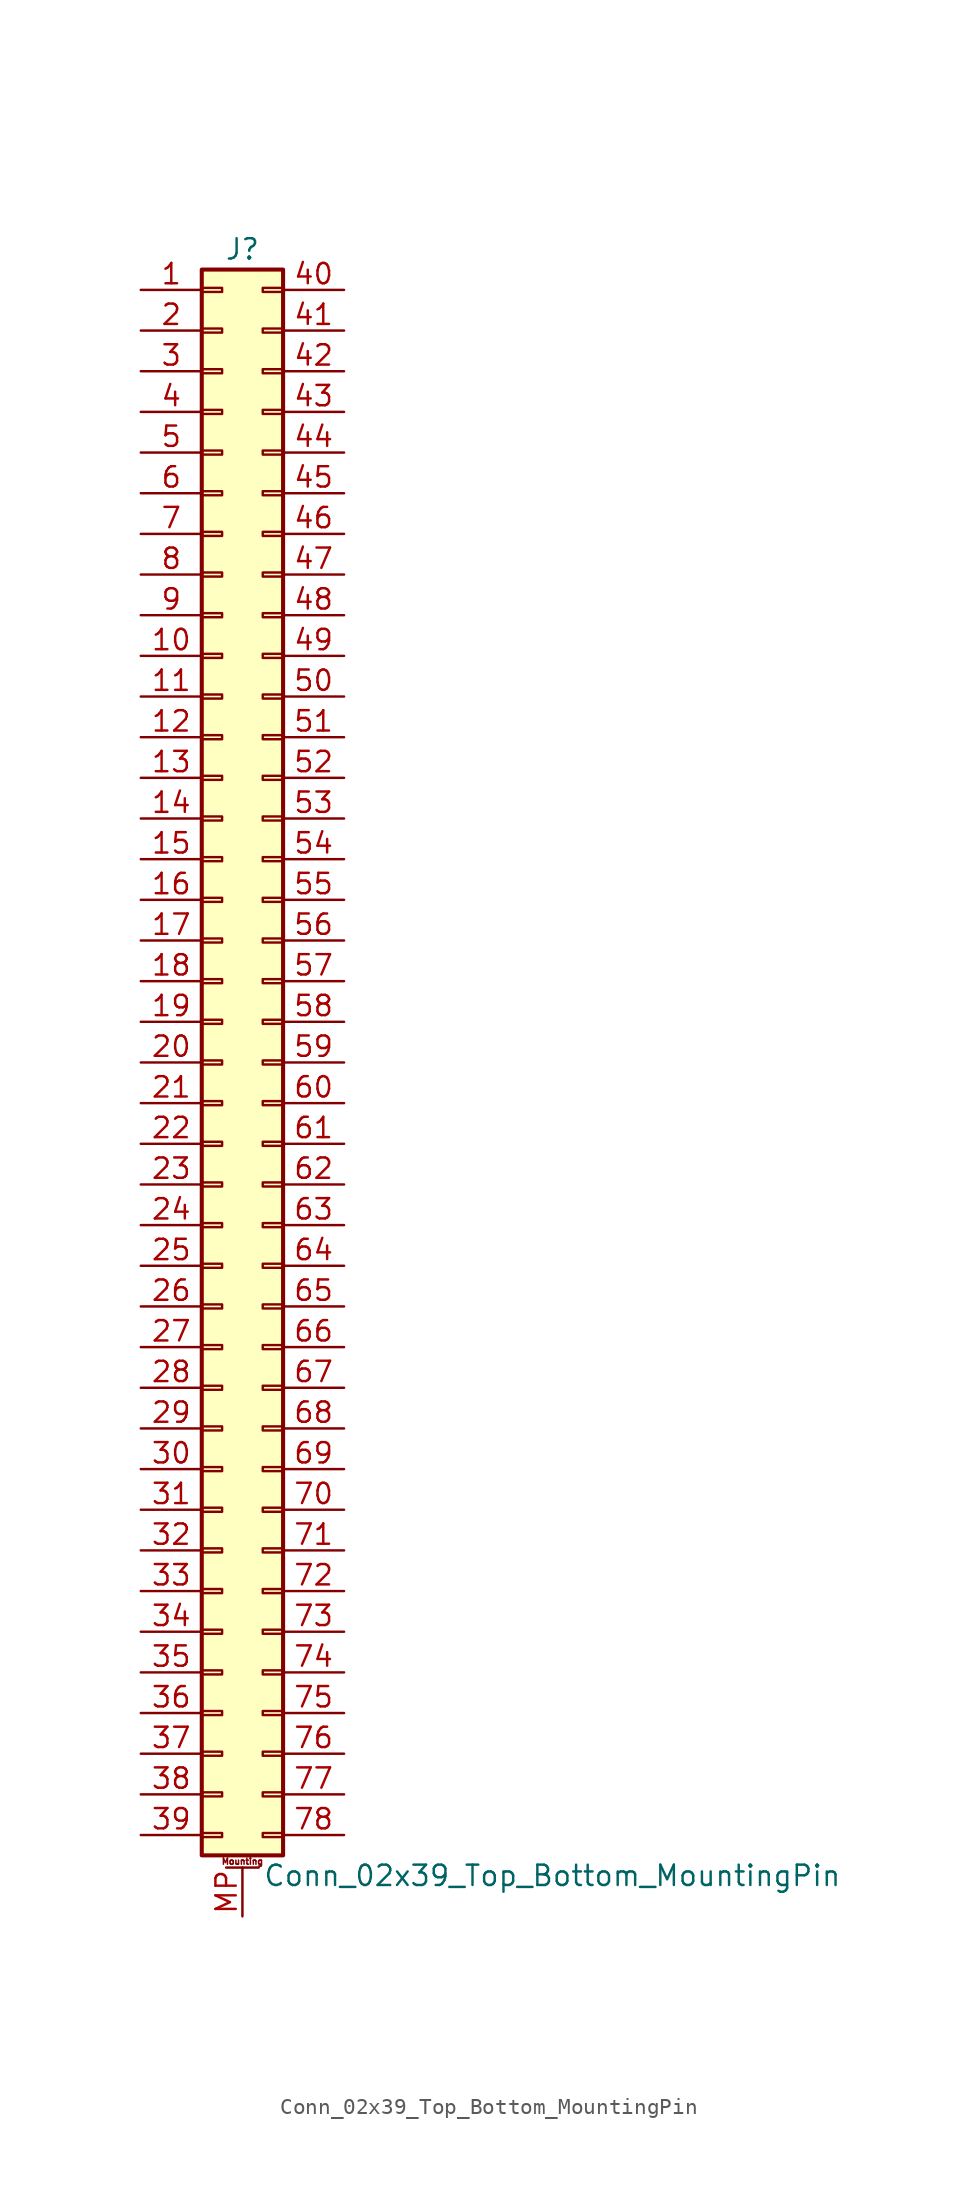
<source format=kicad_sym>
(kicad_symbol_lib
  (version 20201005)
  (generator kicad_symbol_editor)
  (symbol "Conn_02x39_Top_Bottom_MountingPin"
    (pin_names
      (offset 1.016) hide)
    (property "Reference" "J"
      (at 1.27 50.8 0)
      (effects (font (size 1.27 1.27))))
    (property "Value" "Conn_02x39_Top_Bottom_MountingPin"
      (at 2.54 -50.8 0)
      (effects (font (size 1.27 1.27)) (justify left)))
    (symbol "Conn_02x39_Top_Bottom_MountingPin_1_1"
      (text "Mounting" (at 1.27 -49.911 0) (effects (font (size 0.381 0.381))))
      (rectangle (start -1.27 -48.133) (end 0 -48.387) (stroke (width 0.152)) (fill (type none)))
      (rectangle (start -1.27 -45.593) (end 0 -45.847) (stroke (width 0.152)) (fill (type none)))
      (rectangle (start -1.27 -43.053) (end 0 -43.307) (stroke (width 0.152)) (fill (type none)))
      (rectangle (start -1.27 -40.513) (end 0 -40.767) (stroke (width 0.152)) (fill (type none)))
      (rectangle (start -1.27 -37.973) (end 0 -38.227) (stroke (width 0.152)) (fill (type none)))
      (rectangle (start -1.27 -35.433) (end 0 -35.687) (stroke (width 0.152)) (fill (type none)))
      (rectangle (start -1.27 -32.893) (end 0 -33.147) (stroke (width 0.152)) (fill (type none)))
      (rectangle (start -1.27 -30.353) (end 0 -30.607) (stroke (width 0.152)) (fill (type none)))
      (rectangle (start -1.27 -27.813) (end 0 -28.067) (stroke (width 0.152)) (fill (type none)))
      (rectangle (start -1.27 -25.273) (end 0 -25.527) (stroke (width 0.152)) (fill (type none)))
      (rectangle (start -1.27 -22.733) (end 0 -22.987) (stroke (width 0.152)) (fill (type none)))
      (rectangle (start -1.27 -20.193) (end 0 -20.447) (stroke (width 0.152)) (fill (type none)))
      (rectangle (start -1.27 -17.653) (end 0 -17.907) (stroke (width 0.152)) (fill (type none)))
      (rectangle (start -1.27 -15.113) (end 0 -15.367) (stroke (width 0.152)) (fill (type none)))
      (rectangle (start -1.27 -12.573) (end 0 -12.827) (stroke (width 0.152)) (fill (type none)))
      (rectangle (start -1.27 -10.033) (end 0 -10.287) (stroke (width 0.152)) (fill (type none)))
      (rectangle (start -1.27 -7.493) (end 0 -7.747) (stroke (width 0.152)) (fill (type none)))
      (rectangle (start -1.27 -4.953) (end 0 -5.207) (stroke (width 0.152)) (fill (type none)))
      (rectangle (start -1.27 -2.413) (end 0 -2.667) (stroke (width 0.152)) (fill (type none)))
      (rectangle (start -1.27 0.127) (end 0 -0.127) (stroke (width 0.152)) (fill (type none)))
      (rectangle (start -1.27 2.667) (end 0 2.413) (stroke (width 0.152)) (fill (type none)))
      (rectangle (start -1.27 5.207) (end 0 4.953) (stroke (width 0.152)) (fill (type none)))
      (rectangle (start -1.27 7.747) (end 0 7.493) (stroke (width 0.152)) (fill (type none)))
      (rectangle (start -1.27 10.287) (end 0 10.033) (stroke (width 0.152)) (fill (type none)))
      (rectangle (start -1.27 12.827) (end 0 12.573) (stroke (width 0.152)) (fill (type none)))
      (rectangle (start -1.27 15.367) (end 0 15.113) (stroke (width 0.152)) (fill (type none)))
      (rectangle (start -1.27 17.907) (end 0 17.653) (stroke (width 0.152)) (fill (type none)))
      (rectangle (start -1.27 20.447) (end 0 20.193) (stroke (width 0.152)) (fill (type none)))
      (rectangle (start -1.27 22.987) (end 0 22.733) (stroke (width 0.152)) (fill (type none)))
      (rectangle (start -1.27 25.527) (end 0 25.273) (stroke (width 0.152)) (fill (type none)))
      (rectangle (start -1.27 28.067) (end 0 27.813) (stroke (width 0.152)) (fill (type none)))
      (rectangle (start -1.27 30.607) (end 0 30.353) (stroke (width 0.152)) (fill (type none)))
      (rectangle (start -1.27 33.147) (end 0 32.893) (stroke (width 0.152)) (fill (type none)))
      (rectangle (start -1.27 35.687) (end 0 35.433) (stroke (width 0.152)) (fill (type none)))
      (rectangle (start -1.27 38.227) (end 0 37.973) (stroke (width 0.152)) (fill (type none)))
      (rectangle (start -1.27 40.767) (end 0 40.513) (stroke (width 0.152)) (fill (type none)))
      (rectangle (start -1.27 43.307) (end 0 43.053) (stroke (width 0.152)) (fill (type none)))
      (rectangle (start -1.27 45.847) (end 0 45.593) (stroke (width 0.152)) (fill (type none)))
      (rectangle (start -1.27 48.387) (end 0 48.133) (stroke (width 0.152)) (fill (type none)))
      (rectangle (start -1.27 49.53) (end 3.81 -49.53) (stroke (width 0.254)) (fill (type background)))
      (rectangle (start 3.81 -48.133) (end 2.54 -48.387) (stroke (width 0.152)) (fill (type none)))
      (rectangle (start 3.81 -45.593) (end 2.54 -45.847) (stroke (width 0.152)) (fill (type none)))
      (rectangle (start 3.81 -43.053) (end 2.54 -43.307) (stroke (width 0.152)) (fill (type none)))
      (rectangle (start 3.81 -40.513) (end 2.54 -40.767) (stroke (width 0.152)) (fill (type none)))
      (rectangle (start 3.81 -37.973) (end 2.54 -38.227) (stroke (width 0.152)) (fill (type none)))
      (rectangle (start 3.81 -35.433) (end 2.54 -35.687) (stroke (width 0.152)) (fill (type none)))
      (rectangle (start 3.81 -32.893) (end 2.54 -33.147) (stroke (width 0.152)) (fill (type none)))
      (rectangle (start 3.81 -30.353) (end 2.54 -30.607) (stroke (width 0.152)) (fill (type none)))
      (rectangle (start 3.81 -27.813) (end 2.54 -28.067) (stroke (width 0.152)) (fill (type none)))
      (rectangle (start 3.81 -25.273) (end 2.54 -25.527) (stroke (width 0.152)) (fill (type none)))
      (rectangle (start 3.81 -22.733) (end 2.54 -22.987) (stroke (width 0.152)) (fill (type none)))
      (rectangle (start 3.81 -20.193) (end 2.54 -20.447) (stroke (width 0.152)) (fill (type none)))
      (rectangle (start 3.81 -17.653) (end 2.54 -17.907) (stroke (width 0.152)) (fill (type none)))
      (rectangle (start 3.81 -15.113) (end 2.54 -15.367) (stroke (width 0.152)) (fill (type none)))
      (rectangle (start 3.81 -12.573) (end 2.54 -12.827) (stroke (width 0.152)) (fill (type none)))
      (rectangle (start 3.81 -10.033) (end 2.54 -10.287) (stroke (width 0.152)) (fill (type none)))
      (rectangle (start 3.81 -7.493) (end 2.54 -7.747) (stroke (width 0.152)) (fill (type none)))
      (rectangle (start 3.81 -4.953) (end 2.54 -5.207) (stroke (width 0.152)) (fill (type none)))
      (rectangle (start 3.81 -2.413) (end 2.54 -2.667) (stroke (width 0.152)) (fill (type none)))
      (rectangle (start 3.81 0.127) (end 2.54 -0.127) (stroke (width 0.152)) (fill (type none)))
      (rectangle (start 3.81 2.667) (end 2.54 2.413) (stroke (width 0.152)) (fill (type none)))
      (rectangle (start 3.81 5.207) (end 2.54 4.953) (stroke (width 0.152)) (fill (type none)))
      (rectangle (start 3.81 7.747) (end 2.54 7.493) (stroke (width 0.152)) (fill (type none)))
      (rectangle (start 3.81 10.287) (end 2.54 10.033) (stroke (width 0.152)) (fill (type none)))
      (rectangle (start 3.81 12.827) (end 2.54 12.573) (stroke (width 0.152)) (fill (type none)))
      (rectangle (start 3.81 15.367) (end 2.54 15.113) (stroke (width 0.152)) (fill (type none)))
      (rectangle (start 3.81 17.907) (end 2.54 17.653) (stroke (width 0.152)) (fill (type none)))
      (rectangle (start 3.81 20.447) (end 2.54 20.193) (stroke (width 0.152)) (fill (type none)))
      (rectangle (start 3.81 22.987) (end 2.54 22.733) (stroke (width 0.152)) (fill (type none)))
      (rectangle (start 3.81 25.527) (end 2.54 25.273) (stroke (width 0.152)) (fill (type none)))
      (rectangle (start 3.81 28.067) (end 2.54 27.813) (stroke (width 0.152)) (fill (type none)))
      (rectangle (start 3.81 30.607) (end 2.54 30.353) (stroke (width 0.152)) (fill (type none)))
      (rectangle (start 3.81 33.147) (end 2.54 32.893) (stroke (width 0.152)) (fill (type none)))
      (rectangle (start 3.81 35.687) (end 2.54 35.433) (stroke (width 0.152)) (fill (type none)))
      (rectangle (start 3.81 38.227) (end 2.54 37.973) (stroke (width 0.152)) (fill (type none)))
      (rectangle (start 3.81 40.767) (end 2.54 40.513) (stroke (width 0.152)) (fill (type none)))
      (rectangle (start 3.81 43.307) (end 2.54 43.053) (stroke (width 0.152)) (fill (type none)))
      (rectangle (start 3.81 45.847) (end 2.54 45.593) (stroke (width 0.152)) (fill (type none)))
      (rectangle (start 3.81 48.387) (end 2.54 48.133) (stroke (width 0.152)) (fill (type none)))
      (polyline (pts (xy 0.254 -50.292) (xy 2.286 -50.292)) (stroke (width 0.152)) (fill (type none)))
      (pin passive line (at -5.08 48.26 0) (length 3.81) (name "Pin_1" (effects (font (size 1.27 1.27)))) (number "1" (effects (font (size 1.27 1.27)))))
      (pin passive line (at -5.08 25.4 0) (length 3.81) (name "Pin_10" (effects (font (size 1.27 1.27)))) (number "10" (effects (font (size 1.27 1.27)))))
      (pin passive line (at -5.08 22.86 0) (length 3.81) (name "Pin_11" (effects (font (size 1.27 1.27)))) (number "11" (effects (font (size 1.27 1.27)))))
      (pin passive line (at -5.08 20.32 0) (length 3.81) (name "Pin_12" (effects (font (size 1.27 1.27)))) (number "12" (effects (font (size 1.27 1.27)))))
      (pin passive line (at -5.08 17.78 0) (length 3.81) (name "Pin_13" (effects (font (size 1.27 1.27)))) (number "13" (effects (font (size 1.27 1.27)))))
      (pin passive line (at -5.08 15.24 0) (length 3.81) (name "Pin_14" (effects (font (size 1.27 1.27)))) (number "14" (effects (font (size 1.27 1.27)))))
      (pin passive line (at -5.08 12.7 0) (length 3.81) (name "Pin_15" (effects (font (size 1.27 1.27)))) (number "15" (effects (font (size 1.27 1.27)))))
      (pin passive line (at -5.08 10.16 0) (length 3.81) (name "Pin_16" (effects (font (size 1.27 1.27)))) (number "16" (effects (font (size 1.27 1.27)))))
      (pin passive line (at -5.08 7.62 0) (length 3.81) (name "Pin_17" (effects (font (size 1.27 1.27)))) (number "17" (effects (font (size 1.27 1.27)))))
      (pin passive line (at -5.08 5.08 0) (length 3.81) (name "Pin_18" (effects (font (size 1.27 1.27)))) (number "18" (effects (font (size 1.27 1.27)))))
      (pin passive line (at -5.08 2.54 0) (length 3.81) (name "Pin_19" (effects (font (size 1.27 1.27)))) (number "19" (effects (font (size 1.27 1.27)))))
      (pin passive line (at -5.08 45.72 0) (length 3.81) (name "Pin_2" (effects (font (size 1.27 1.27)))) (number "2" (effects (font (size 1.27 1.27)))))
      (pin passive line (at -5.08 0 0) (length 3.81) (name "Pin_20" (effects (font (size 1.27 1.27)))) (number "20" (effects (font (size 1.27 1.27)))))
      (pin passive line (at -5.08 -2.54 0) (length 3.81) (name "Pin_21" (effects (font (size 1.27 1.27)))) (number "21" (effects (font (size 1.27 1.27)))))
      (pin passive line (at -5.08 -5.08 0) (length 3.81) (name "Pin_22" (effects (font (size 1.27 1.27)))) (number "22" (effects (font (size 1.27 1.27)))))
      (pin passive line (at -5.08 -7.62 0) (length 3.81) (name "Pin_23" (effects (font (size 1.27 1.27)))) (number "23" (effects (font (size 1.27 1.27)))))
      (pin passive line (at -5.08 -10.16 0) (length 3.81) (name "Pin_24" (effects (font (size 1.27 1.27)))) (number "24" (effects (font (size 1.27 1.27)))))
      (pin passive line (at -5.08 -12.7 0) (length 3.81) (name "Pin_25" (effects (font (size 1.27 1.27)))) (number "25" (effects (font (size 1.27 1.27)))))
      (pin passive line (at -5.08 -15.24 0) (length 3.81) (name "Pin_26" (effects (font (size 1.27 1.27)))) (number "26" (effects (font (size 1.27 1.27)))))
      (pin passive line (at -5.08 -17.78 0) (length 3.81) (name "Pin_27" (effects (font (size 1.27 1.27)))) (number "27" (effects (font (size 1.27 1.27)))))
      (pin passive line (at -5.08 -20.32 0) (length 3.81) (name "Pin_28" (effects (font (size 1.27 1.27)))) (number "28" (effects (font (size 1.27 1.27)))))
      (pin passive line (at -5.08 -22.86 0) (length 3.81) (name "Pin_29" (effects (font (size 1.27 1.27)))) (number "29" (effects (font (size 1.27 1.27)))))
      (pin passive line (at -5.08 43.18 0) (length 3.81) (name "Pin_3" (effects (font (size 1.27 1.27)))) (number "3" (effects (font (size 1.27 1.27)))))
      (pin passive line (at -5.08 -25.4 0) (length 3.81) (name "Pin_30" (effects (font (size 1.27 1.27)))) (number "30" (effects (font (size 1.27 1.27)))))
      (pin passive line (at -5.08 -27.94 0) (length 3.81) (name "Pin_31" (effects (font (size 1.27 1.27)))) (number "31" (effects (font (size 1.27 1.27)))))
      (pin passive line (at -5.08 -30.48 0) (length 3.81) (name "Pin_32" (effects (font (size 1.27 1.27)))) (number "32" (effects (font (size 1.27 1.27)))))
      (pin passive line (at -5.08 -33.02 0) (length 3.81) (name "Pin_33" (effects (font (size 1.27 1.27)))) (number "33" (effects (font (size 1.27 1.27)))))
      (pin passive line (at -5.08 -35.56 0) (length 3.81) (name "Pin_34" (effects (font (size 1.27 1.27)))) (number "34" (effects (font (size 1.27 1.27)))))
      (pin passive line (at -5.08 -38.1 0) (length 3.81) (name "Pin_35" (effects (font (size 1.27 1.27)))) (number "35" (effects (font (size 1.27 1.27)))))
      (pin passive line (at -5.08 -40.64 0) (length 3.81) (name "Pin_36" (effects (font (size 1.27 1.27)))) (number "36" (effects (font (size 1.27 1.27)))))
      (pin passive line (at -5.08 -43.18 0) (length 3.81) (name "Pin_37" (effects (font (size 1.27 1.27)))) (number "37" (effects (font (size 1.27 1.27)))))
      (pin passive line (at -5.08 -45.72 0) (length 3.81) (name "Pin_38" (effects (font (size 1.27 1.27)))) (number "38" (effects (font (size 1.27 1.27)))))
      (pin passive line (at -5.08 -48.26 0) (length 3.81) (name "Pin_39" (effects (font (size 1.27 1.27)))) (number "39" (effects (font (size 1.27 1.27)))))
      (pin passive line (at -5.08 40.64 0) (length 3.81) (name "Pin_4" (effects (font (size 1.27 1.27)))) (number "4" (effects (font (size 1.27 1.27)))))
      (pin passive line (at 7.62 48.26 180) (length 3.81) (name "Pin_40" (effects (font (size 1.27 1.27)))) (number "40" (effects (font (size 1.27 1.27)))))
      (pin passive line (at 7.62 45.72 180) (length 3.81) (name "Pin_41" (effects (font (size 1.27 1.27)))) (number "41" (effects (font (size 1.27 1.27)))))
      (pin passive line (at 7.62 43.18 180) (length 3.81) (name "Pin_42" (effects (font (size 1.27 1.27)))) (number "42" (effects (font (size 1.27 1.27)))))
      (pin passive line (at 7.62 40.64 180) (length 3.81) (name "Pin_43" (effects (font (size 1.27 1.27)))) (number "43" (effects (font (size 1.27 1.27)))))
      (pin passive line (at 7.62 38.1 180) (length 3.81) (name "Pin_44" (effects (font (size 1.27 1.27)))) (number "44" (effects (font (size 1.27 1.27)))))
      (pin passive line (at 7.62 35.56 180) (length 3.81) (name "Pin_45" (effects (font (size 1.27 1.27)))) (number "45" (effects (font (size 1.27 1.27)))))
      (pin passive line (at 7.62 33.02 180) (length 3.81) (name "Pin_46" (effects (font (size 1.27 1.27)))) (number "46" (effects (font (size 1.27 1.27)))))
      (pin passive line (at 7.62 30.48 180) (length 3.81) (name "Pin_47" (effects (font (size 1.27 1.27)))) (number "47" (effects (font (size 1.27 1.27)))))
      (pin passive line (at 7.62 27.94 180) (length 3.81) (name "Pin_48" (effects (font (size 1.27 1.27)))) (number "48" (effects (font (size 1.27 1.27)))))
      (pin passive line (at 7.62 25.4 180) (length 3.81) (name "Pin_49" (effects (font (size 1.27 1.27)))) (number "49" (effects (font (size 1.27 1.27)))))
      (pin passive line (at -5.08 38.1 0) (length 3.81) (name "Pin_5" (effects (font (size 1.27 1.27)))) (number "5" (effects (font (size 1.27 1.27)))))
      (pin passive line (at 7.62 22.86 180) (length 3.81) (name "Pin_50" (effects (font (size 1.27 1.27)))) (number "50" (effects (font (size 1.27 1.27)))))
      (pin passive line (at 7.62 20.32 180) (length 3.81) (name "Pin_51" (effects (font (size 1.27 1.27)))) (number "51" (effects (font (size 1.27 1.27)))))
      (pin passive line (at 7.62 17.78 180) (length 3.81) (name "Pin_52" (effects (font (size 1.27 1.27)))) (number "52" (effects (font (size 1.27 1.27)))))
      (pin passive line (at 7.62 15.24 180) (length 3.81) (name "Pin_53" (effects (font (size 1.27 1.27)))) (number "53" (effects (font (size 1.27 1.27)))))
      (pin passive line (at 7.62 12.7 180) (length 3.81) (name "Pin_54" (effects (font (size 1.27 1.27)))) (number "54" (effects (font (size 1.27 1.27)))))
      (pin passive line (at 7.62 10.16 180) (length 3.81) (name "Pin_55" (effects (font (size 1.27 1.27)))) (number "55" (effects (font (size 1.27 1.27)))))
      (pin passive line (at 7.62 7.62 180) (length 3.81) (name "Pin_56" (effects (font (size 1.27 1.27)))) (number "56" (effects (font (size 1.27 1.27)))))
      (pin passive line (at 7.62 5.08 180) (length 3.81) (name "Pin_57" (effects (font (size 1.27 1.27)))) (number "57" (effects (font (size 1.27 1.27)))))
      (pin passive line (at 7.62 2.54 180) (length 3.81) (name "Pin_58" (effects (font (size 1.27 1.27)))) (number "58" (effects (font (size 1.27 1.27)))))
      (pin passive line (at 7.62 0 180) (length 3.81) (name "Pin_59" (effects (font (size 1.27 1.27)))) (number "59" (effects (font (size 1.27 1.27)))))
      (pin passive line (at -5.08 35.56 0) (length 3.81) (name "Pin_6" (effects (font (size 1.27 1.27)))) (number "6" (effects (font (size 1.27 1.27)))))
      (pin passive line (at 7.62 -2.54 180) (length 3.81) (name "Pin_60" (effects (font (size 1.27 1.27)))) (number "60" (effects (font (size 1.27 1.27)))))
      (pin passive line (at 7.62 -5.08 180) (length 3.81) (name "Pin_61" (effects (font (size 1.27 1.27)))) (number "61" (effects (font (size 1.27 1.27)))))
      (pin passive line (at 7.62 -7.62 180) (length 3.81) (name "Pin_62" (effects (font (size 1.27 1.27)))) (number "62" (effects (font (size 1.27 1.27)))))
      (pin passive line (at 7.62 -10.16 180) (length 3.81) (name "Pin_63" (effects (font (size 1.27 1.27)))) (number "63" (effects (font (size 1.27 1.27)))))
      (pin passive line (at 7.62 -12.7 180) (length 3.81) (name "Pin_64" (effects (font (size 1.27 1.27)))) (number "64" (effects (font (size 1.27 1.27)))))
      (pin passive line (at 7.62 -15.24 180) (length 3.81) (name "Pin_65" (effects (font (size 1.27 1.27)))) (number "65" (effects (font (size 1.27 1.27)))))
      (pin passive line (at 7.62 -17.78 180) (length 3.81) (name "Pin_66" (effects (font (size 1.27 1.27)))) (number "66" (effects (font (size 1.27 1.27)))))
      (pin passive line (at 7.62 -20.32 180) (length 3.81) (name "Pin_67" (effects (font (size 1.27 1.27)))) (number "67" (effects (font (size 1.27 1.27)))))
      (pin passive line (at 7.62 -22.86 180) (length 3.81) (name "Pin_68" (effects (font (size 1.27 1.27)))) (number "68" (effects (font (size 1.27 1.27)))))
      (pin passive line (at 7.62 -25.4 180) (length 3.81) (name "Pin_69" (effects (font (size 1.27 1.27)))) (number "69" (effects (font (size 1.27 1.27)))))
      (pin passive line (at -5.08 33.02 0) (length 3.81) (name "Pin_7" (effects (font (size 1.27 1.27)))) (number "7" (effects (font (size 1.27 1.27)))))
      (pin passive line (at 7.62 -27.94 180) (length 3.81) (name "Pin_70" (effects (font (size 1.27 1.27)))) (number "70" (effects (font (size 1.27 1.27)))))
      (pin passive line (at 7.62 -30.48 180) (length 3.81) (name "Pin_71" (effects (font (size 1.27 1.27)))) (number "71" (effects (font (size 1.27 1.27)))))
      (pin passive line (at 7.62 -33.02 180) (length 3.81) (name "Pin_72" (effects (font (size 1.27 1.27)))) (number "72" (effects (font (size 1.27 1.27)))))
      (pin passive line (at 7.62 -35.56 180) (length 3.81) (name "Pin_73" (effects (font (size 1.27 1.27)))) (number "73" (effects (font (size 1.27 1.27)))))
      (pin passive line (at 7.62 -38.1 180) (length 3.81) (name "Pin_74" (effects (font (size 1.27 1.27)))) (number "74" (effects (font (size 1.27 1.27)))))
      (pin passive line (at 7.62 -40.64 180) (length 3.81) (name "Pin_75" (effects (font (size 1.27 1.27)))) (number "75" (effects (font (size 1.27 1.27)))))
      (pin passive line (at 7.62 -43.18 180) (length 3.81) (name "Pin_76" (effects (font (size 1.27 1.27)))) (number "76" (effects (font (size 1.27 1.27)))))
      (pin passive line (at 7.62 -45.72 180) (length 3.81) (name "Pin_77" (effects (font (size 1.27 1.27)))) (number "77" (effects (font (size 1.27 1.27)))))
      (pin passive line (at 7.62 -48.26 180) (length 3.81) (name "Pin_78" (effects (font (size 1.27 1.27)))) (number "78" (effects (font (size 1.27 1.27)))))
      (pin passive line (at -5.08 30.48 0) (length 3.81) (name "Pin_8" (effects (font (size 1.27 1.27)))) (number "8" (effects (font (size 1.27 1.27)))))
      (pin passive line (at -5.08 27.94 0) (length 3.81) (name "Pin_9" (effects (font (size 1.27 1.27)))) (number "9" (effects (font (size 1.27 1.27)))))
      (pin passive line (at 1.27 -53.34 90) (length 3.048) (name "MountPin" (effects (font (size 1.27 1.27)))) (number "MP" (effects (font (size 1.27 1.27))))))))
</source>
